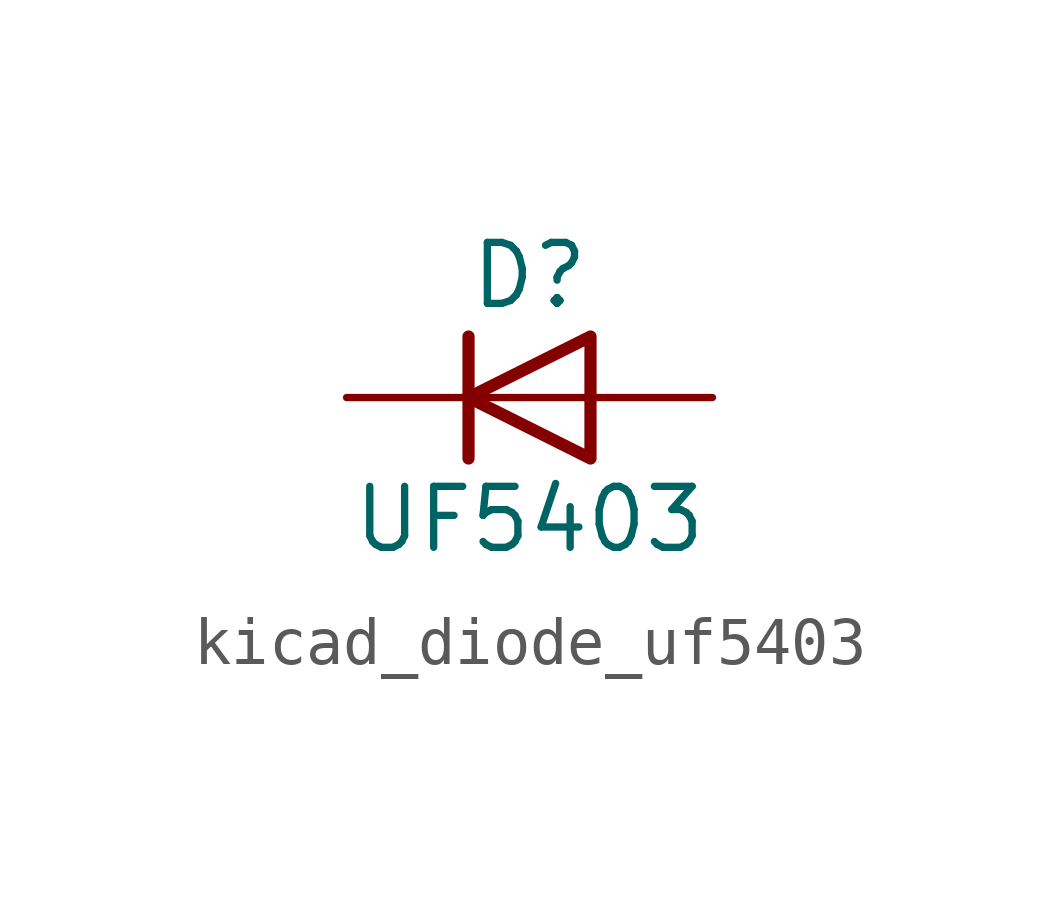
<source format=kicad_sym>
(kicad_symbol_lib
  (version 20220914)
  (generator kicad_symbol_editor)
  (symbol "kicad_diode_uf5403"
    (pin_numbers hide)
    (pin_names hide)
    (property "Reference" "D"
      (at 0 2.54 0)
      (effects (font (size 1.27 1.27))))
    (property "Value" "UF5403"
      (at 0 -2.54 0)
      (effects (font (size 1.27 1.27))))
    (symbol "kicad_diode_uf5403_0_1"
      (polyline (pts (xy -1.27 1.27) (xy -1.27 -1.27)) (stroke (width 0.254) (type default)) (fill (type none)))
      (polyline (pts (xy 1.27 0) (xy -1.27 0)) (stroke (width 0) (type default)) (fill (type none)))
      (polyline (pts (xy 1.27 1.27) (xy 1.27 -1.27) (xy -1.27 0) (xy 1.27 1.27)) (stroke (width 0.254) (type default)) (fill (type none))))
    (symbol "kicad_diode_uf5403_1_1"
      (pin passive line (at -3.81 0 0) (length 2.54) (name "K" (effects (font (size 1.27 1.27)))) (number "1" (effects (font (size 1.27 1.27)))))
      (pin passive line (at 3.81 0 180) (length 2.54) (name "A" (effects (font (size 1.27 1.27)))) (number "2" (effects (font (size 1.27 1.27))))))))
</source>
